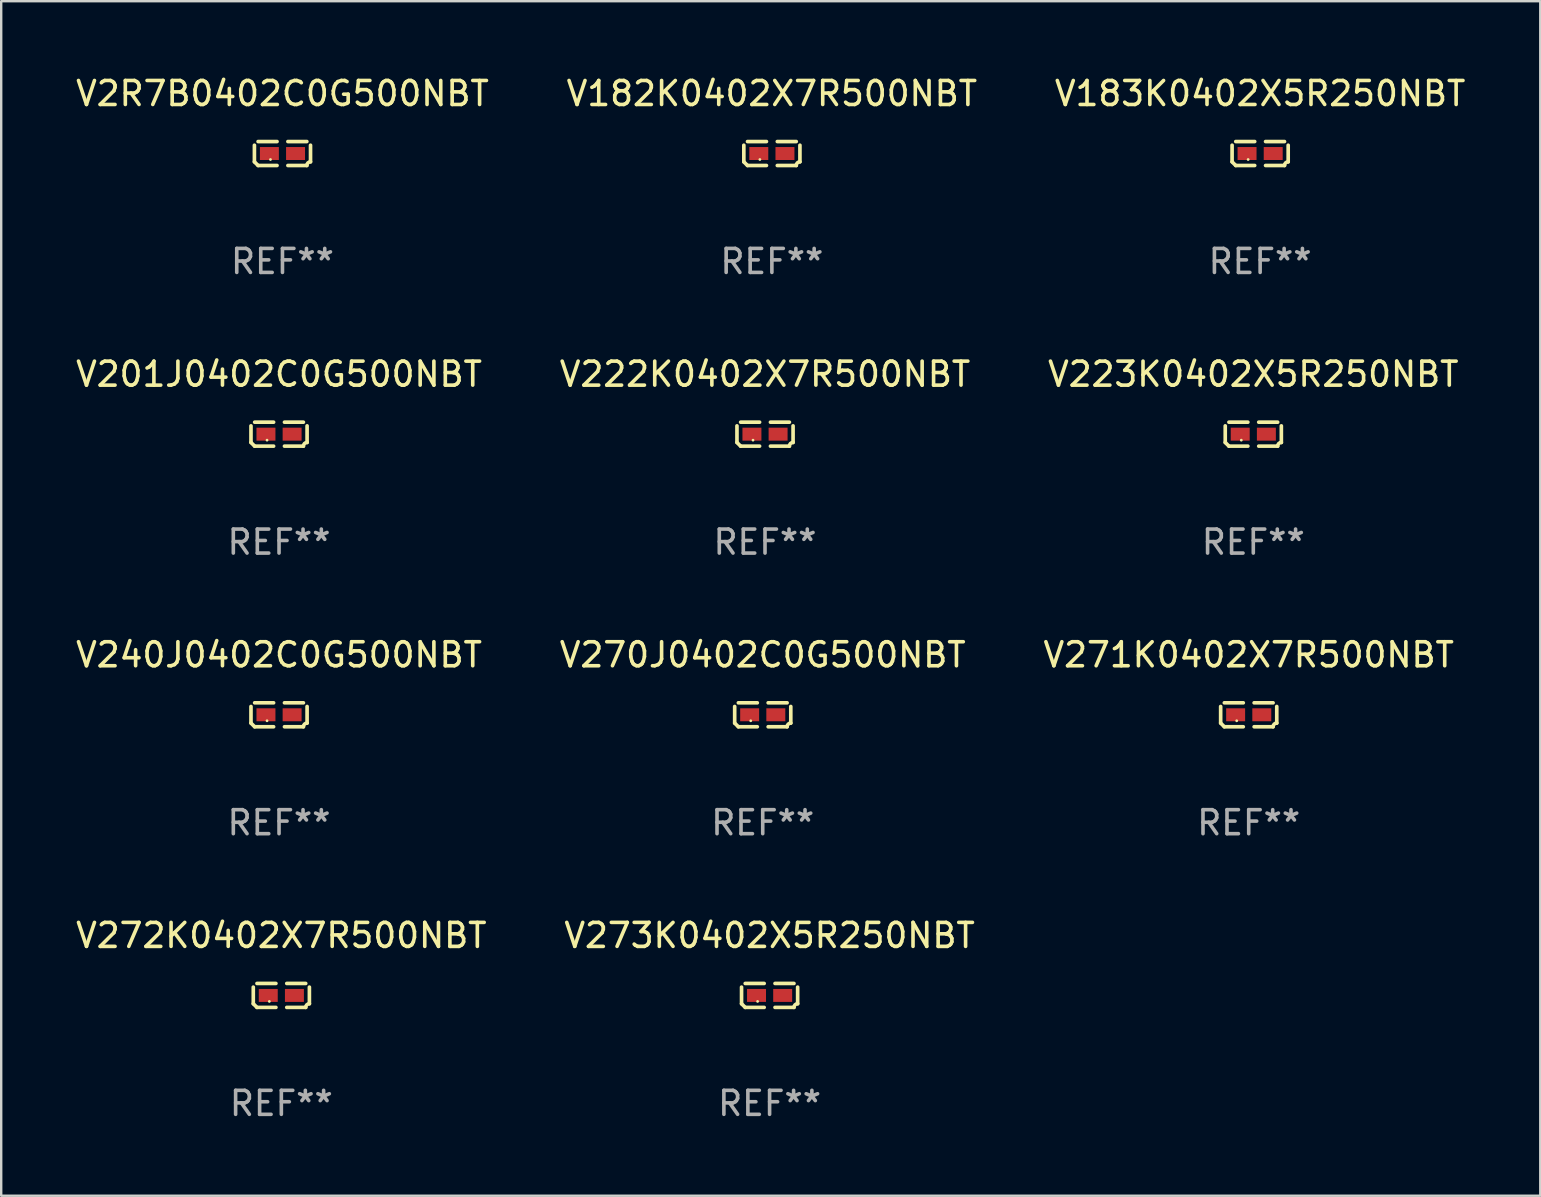
<source format=kicad_pcb>
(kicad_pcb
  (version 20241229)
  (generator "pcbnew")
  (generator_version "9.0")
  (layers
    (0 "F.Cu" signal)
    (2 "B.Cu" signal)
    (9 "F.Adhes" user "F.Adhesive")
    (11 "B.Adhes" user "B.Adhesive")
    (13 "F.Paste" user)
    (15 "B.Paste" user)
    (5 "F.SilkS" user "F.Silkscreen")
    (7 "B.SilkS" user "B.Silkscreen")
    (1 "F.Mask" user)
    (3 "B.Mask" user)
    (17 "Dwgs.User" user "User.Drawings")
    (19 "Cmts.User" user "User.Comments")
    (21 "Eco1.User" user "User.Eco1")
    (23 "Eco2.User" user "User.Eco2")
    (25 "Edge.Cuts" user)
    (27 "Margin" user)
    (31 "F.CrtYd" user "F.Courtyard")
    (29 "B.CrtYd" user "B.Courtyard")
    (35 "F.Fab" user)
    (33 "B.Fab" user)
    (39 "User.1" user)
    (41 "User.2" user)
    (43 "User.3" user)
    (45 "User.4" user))
  (footprint "V2R7B0402C0G500NBT"
    (layer "F.Cu")
    (at 8.72 3.347)
    (property "Reference" "V2R7B0402C0G500NBT" (at 0 -2.499 0) (layer "F.SilkS") (effects (font (size 1 1) (thickness 0.15))))
    (attr through_hole)
    (fp_line (start -1.169 0.346) (end -1.169 -0.346) (stroke (width 0.152) (type solid)) (layer "F.SilkS"))
    (fp_line (start -1.016 -0.499) (end -0.226 -0.499) (stroke (width 0.152) (type solid)) (layer "F.SilkS"))
    (fp_line (start -0.226 0.499) (end -1.016 0.499) (stroke (width 0.152) (type solid)) (layer "F.SilkS"))
    (fp_line (start 0.226 0.499) (end 1.016 0.499) (stroke (width 0.152) (type solid)) (layer "F.SilkS"))
    (fp_line (start 1.016 -0.499) (end 0.226 -0.499) (stroke (width 0.152) (type solid)) (layer "F.SilkS"))
    (fp_line (start 1.169 0.346) (end 1.169 -0.346) (stroke (width 0.152) (type solid)) (layer "F.SilkS"))
    (fp_arc (start -1.016307 0.498603) (mid -1.092512 0.422405) (end -1.16871 0.3462) (stroke (width 0.1524) (type solid)) (layer "F.SilkS"))
    (fp_arc (start 1.016307 0.498603) (mid 1.060899 0.390758) (end 1.168707 0.346076) (stroke (width 0.1524) (type solid)) (layer "F.SilkS"))
    (fp_circle (center -0.5 0.25) (end -0.47 0.25) (stroke (width 0.06) (type solid)) (fill no) (layer "F.SilkS"))
    (fp_text user "REF**" (at 0 4.499 0) (layer "F.Fab") (effects (font (size 1 1) (thickness 0.15))))
    (pad "1" smd rect (at -0.545 0) (size 0.79 0.54) (layers "F.Cu" "F.Mask" "F.Paste"))
    (pad "2" smd rect (at 0.545 0) (size 0.79 0.54) (layers "F.Cu" "F.Mask" "F.Paste")))
  (footprint "V271K0402X7R500NBT"
    (layer "F.Cu")
    (at 48.982 26.734)
    (property "Reference" "V271K0402X7R500NBT" (at 0 -2.499 0) (layer "F.SilkS") (effects (font (size 1 1) (thickness 0.15))))
    (attr through_hole)
    (fp_line (start -1.169 0.346) (end -1.169 -0.346) (stroke (width 0.152) (type solid)) (layer "F.SilkS"))
    (fp_line (start -1.016 -0.499) (end -0.226 -0.499) (stroke (width 0.152) (type solid)) (layer "F.SilkS"))
    (fp_line (start -0.226 0.499) (end -1.016 0.499) (stroke (width 0.152) (type solid)) (layer "F.SilkS"))
    (fp_line (start 0.226 0.499) (end 1.016 0.499) (stroke (width 0.152) (type solid)) (layer "F.SilkS"))
    (fp_line (start 1.016 -0.499) (end 0.226 -0.499) (stroke (width 0.152) (type solid)) (layer "F.SilkS"))
    (fp_line (start 1.169 0.346) (end 1.169 -0.346) (stroke (width 0.152) (type solid)) (layer "F.SilkS"))
    (fp_arc (start -1.016307 0.498603) (mid -1.092512 0.422405) (end -1.16871 0.3462) (stroke (width 0.1524) (type solid)) (layer "F.SilkS"))
    (fp_arc (start 1.016307 0.498603) (mid 1.060899 0.390758) (end 1.168707 0.346076) (stroke (width 0.1524) (type solid)) (layer "F.SilkS"))
    (fp_circle (center -0.5 0.25) (end -0.47 0.25) (stroke (width 0.06) (type solid)) (fill no) (layer "F.SilkS"))
    (fp_text user "REF**" (at 0 4.499 0) (layer "F.Fab") (effects (font (size 1 1) (thickness 0.15))))
    (pad "1" smd rect (at -0.545 0) (size 0.79 0.54) (layers "F.Cu" "F.Mask" "F.Paste"))
    (pad "2" smd rect (at 0.545 0) (size 0.79 0.54) (layers "F.Cu" "F.Mask" "F.Paste")))
  (footprint "V182K0402X7R500NBT"
    (layer "F.Cu")
    (at 29.113 3.347)
    (property "Reference" "V182K0402X7R500NBT" (at 0 -2.499 0) (layer "F.SilkS") (effects (font (size 1 1) (thickness 0.15))))
    (attr through_hole)
    (fp_line (start -1.169 0.346) (end -1.169 -0.346) (stroke (width 0.152) (type solid)) (layer "F.SilkS"))
    (fp_line (start -1.016 -0.499) (end -0.226 -0.499) (stroke (width 0.152) (type solid)) (layer "F.SilkS"))
    (fp_line (start -0.226 0.499) (end -1.016 0.499) (stroke (width 0.152) (type solid)) (layer "F.SilkS"))
    (fp_line (start 0.226 0.499) (end 1.016 0.499) (stroke (width 0.152) (type solid)) (layer "F.SilkS"))
    (fp_line (start 1.016 -0.499) (end 0.226 -0.499) (stroke (width 0.152) (type solid)) (layer "F.SilkS"))
    (fp_line (start 1.169 0.346) (end 1.169 -0.346) (stroke (width 0.152) (type solid)) (layer "F.SilkS"))
    (fp_arc (start -1.016307 0.498603) (mid -1.092512 0.422405) (end -1.16871 0.3462) (stroke (width 0.1524) (type solid)) (layer "F.SilkS"))
    (fp_arc (start 1.016307 0.498603) (mid 1.060899 0.390758) (end 1.168707 0.346076) (stroke (width 0.1524) (type solid)) (layer "F.SilkS"))
    (fp_circle (center -0.5 0.25) (end -0.47 0.25) (stroke (width 0.06) (type solid)) (fill no) (layer "F.SilkS"))
    (fp_text user "REF**" (at 0 4.499 0) (layer "F.Fab") (effects (font (size 1 1) (thickness 0.15))))
    (pad "1" smd rect (at -0.545 0) (size 0.79 0.54) (layers "F.Cu" "F.Mask" "F.Paste"))
    (pad "2" smd rect (at 0.545 0) (size 0.79 0.54) (layers "F.Cu" "F.Mask" "F.Paste")))
  (footprint "V183K0402X5R250NBT"
    (layer "F.Cu")
    (at 49.458 3.347)
    (property "Reference" "V183K0402X5R250NBT" (at 0 -2.499 0) (layer "F.SilkS") (effects (font (size 1 1) (thickness 0.15))))
    (attr through_hole)
    (fp_line (start -1.169 0.346) (end -1.169 -0.346) (stroke (width 0.152) (type solid)) (layer "F.SilkS"))
    (fp_line (start -1.016 -0.499) (end -0.226 -0.499) (stroke (width 0.152) (type solid)) (layer "F.SilkS"))
    (fp_line (start -0.226 0.499) (end -1.016 0.499) (stroke (width 0.152) (type solid)) (layer "F.SilkS"))
    (fp_line (start 0.226 0.499) (end 1.016 0.499) (stroke (width 0.152) (type solid)) (layer "F.SilkS"))
    (fp_line (start 1.016 -0.499) (end 0.226 -0.499) (stroke (width 0.152) (type solid)) (layer "F.SilkS"))
    (fp_line (start 1.169 0.346) (end 1.169 -0.346) (stroke (width 0.152) (type solid)) (layer "F.SilkS"))
    (fp_arc (start -1.016307 0.498603) (mid -1.092512 0.422405) (end -1.16871 0.3462) (stroke (width 0.1524) (type solid)) (layer "F.SilkS"))
    (fp_arc (start 1.016307 0.498603) (mid 1.060899 0.390758) (end 1.168707 0.346076) (stroke (width 0.1524) (type solid)) (layer "F.SilkS"))
    (fp_circle (center -0.5 0.25) (end -0.47 0.25) (stroke (width 0.06) (type solid)) (fill no) (layer "F.SilkS"))
    (fp_text user "REF**" (at 0 4.499 0) (layer "F.Fab") (effects (font (size 1 1) (thickness 0.15))))
    (pad "1" smd rect (at -0.545 0) (size 0.79 0.54) (layers "F.Cu" "F.Mask" "F.Paste"))
    (pad "2" smd rect (at 0.545 0) (size 0.79 0.54) (layers "F.Cu" "F.Mask" "F.Paste")))
  (footprint "V273K0402X5R250NBT"
    (layer "F.Cu")
    (at 29.018 38.428)
    (property "Reference" "V273K0402X5R250NBT" (at 0 -2.499 0) (layer "F.SilkS") (effects (font (size 1 1) (thickness 0.15))))
    (attr through_hole)
    (fp_line (start -1.169 0.346) (end -1.169 -0.346) (stroke (width 0.152) (type solid)) (layer "F.SilkS"))
    (fp_line (start -1.016 -0.499) (end -0.226 -0.499) (stroke (width 0.152) (type solid)) (layer "F.SilkS"))
    (fp_line (start -0.226 0.499) (end -1.016 0.499) (stroke (width 0.152) (type solid)) (layer "F.SilkS"))
    (fp_line (start 0.226 0.499) (end 1.016 0.499) (stroke (width 0.152) (type solid)) (layer "F.SilkS"))
    (fp_line (start 1.016 -0.499) (end 0.226 -0.499) (stroke (width 0.152) (type solid)) (layer "F.SilkS"))
    (fp_line (start 1.169 0.346) (end 1.169 -0.346) (stroke (width 0.152) (type solid)) (layer "F.SilkS"))
    (fp_arc (start -1.016307 0.498603) (mid -1.092512 0.422405) (end -1.16871 0.3462) (stroke (width 0.1524) (type solid)) (layer "F.SilkS"))
    (fp_arc (start 1.016307 0.498603) (mid 1.060899 0.390758) (end 1.168707 0.346076) (stroke (width 0.1524) (type solid)) (layer "F.SilkS"))
    (fp_circle (center -0.5 0.25) (end -0.47 0.25) (stroke (width 0.06) (type solid)) (fill no) (layer "F.SilkS"))
    (fp_text user "REF**" (at 0 4.499 0) (layer "F.Fab") (effects (font (size 1 1) (thickness 0.15))))
    (pad "1" smd rect (at -0.545 0) (size 0.79 0.54) (layers "F.Cu" "F.Mask" "F.Paste"))
    (pad "2" smd rect (at 0.545 0) (size 0.79 0.54) (layers "F.Cu" "F.Mask" "F.Paste")))
  (footprint "V222K0402X7R500NBT"
    (layer "F.Cu")
    (at 28.827 15.041)
    (property "Reference" "V222K0402X7R500NBT" (at 0 -2.499 0) (layer "F.SilkS") (effects (font (size 1 1) (thickness 0.15))))
    (attr through_hole)
    (fp_line (start -1.169 0.346) (end -1.169 -0.346) (stroke (width 0.152) (type solid)) (layer "F.SilkS"))
    (fp_line (start -1.016 -0.499) (end -0.226 -0.499) (stroke (width 0.152) (type solid)) (layer "F.SilkS"))
    (fp_line (start -0.226 0.499) (end -1.016 0.499) (stroke (width 0.152) (type solid)) (layer "F.SilkS"))
    (fp_line (start 0.226 0.499) (end 1.016 0.499) (stroke (width 0.152) (type solid)) (layer "F.SilkS"))
    (fp_line (start 1.016 -0.499) (end 0.226 -0.499) (stroke (width 0.152) (type solid)) (layer "F.SilkS"))
    (fp_line (start 1.169 0.346) (end 1.169 -0.346) (stroke (width 0.152) (type solid)) (layer "F.SilkS"))
    (fp_arc (start -1.016307 0.498603) (mid -1.092512 0.422405) (end -1.16871 0.3462) (stroke (width 0.1524) (type solid)) (layer "F.SilkS"))
    (fp_arc (start 1.016307 0.498603) (mid 1.060899 0.390758) (end 1.168707 0.346076) (stroke (width 0.1524) (type solid)) (layer "F.SilkS"))
    (fp_circle (center -0.5 0.25) (end -0.47 0.25) (stroke (width 0.06) (type solid)) (fill no) (layer "F.SilkS"))
    (fp_text user "REF**" (at 0 4.499 0) (layer "F.Fab") (effects (font (size 1 1) (thickness 0.15))))
    (pad "1" smd rect (at -0.545 0) (size 0.79 0.54) (layers "F.Cu" "F.Mask" "F.Paste"))
    (pad "2" smd rect (at 0.545 0) (size 0.79 0.54) (layers "F.Cu" "F.Mask" "F.Paste")))
  (footprint "V240J0402C0G500NBT"
    (layer "F.Cu")
    (at 8.577 26.734)
    (property "Reference" "V240J0402C0G500NBT" (at 0 -2.499 0) (layer "F.SilkS") (effects (font (size 1 1) (thickness 0.15))))
    (attr through_hole)
    (fp_line (start -1.169 0.346) (end -1.169 -0.346) (stroke (width 0.152) (type solid)) (layer "F.SilkS"))
    (fp_line (start -1.016 -0.499) (end -0.226 -0.499) (stroke (width 0.152) (type solid)) (layer "F.SilkS"))
    (fp_line (start -0.226 0.499) (end -1.016 0.499) (stroke (width 0.152) (type solid)) (layer "F.SilkS"))
    (fp_line (start 0.226 0.499) (end 1.016 0.499) (stroke (width 0.152) (type solid)) (layer "F.SilkS"))
    (fp_line (start 1.016 -0.499) (end 0.226 -0.499) (stroke (width 0.152) (type solid)) (layer "F.SilkS"))
    (fp_line (start 1.169 0.346) (end 1.169 -0.346) (stroke (width 0.152) (type solid)) (layer "F.SilkS"))
    (fp_arc (start -1.016307 0.498603) (mid -1.092512 0.422405) (end -1.16871 0.3462) (stroke (width 0.1524) (type solid)) (layer "F.SilkS"))
    (fp_arc (start 1.016307 0.498603) (mid 1.060899 0.390758) (end 1.168707 0.346076) (stroke (width 0.1524) (type solid)) (layer "F.SilkS"))
    (fp_circle (center -0.5 0.25) (end -0.47 0.25) (stroke (width 0.06) (type solid)) (fill no) (layer "F.SilkS"))
    (fp_text user "REF**" (at 0 4.499 0) (layer "F.Fab") (effects (font (size 1 1) (thickness 0.15))))
    (pad "1" smd rect (at -0.545 0) (size 0.79 0.54) (layers "F.Cu" "F.Mask" "F.Paste"))
    (pad "2" smd rect (at 0.545 0) (size 0.79 0.54) (layers "F.Cu" "F.Mask" "F.Paste")))
  (footprint "V272K0402X7R500NBT"
    (layer "F.Cu")
    (at 8.673 38.428)
    (property "Reference" "V272K0402X7R500NBT" (at 0 -2.499 0) (layer "F.SilkS") (effects (font (size 1 1) (thickness 0.15))))
    (attr through_hole)
    (fp_line (start -1.169 0.346) (end -1.169 -0.346) (stroke (width 0.152) (type solid)) (layer "F.SilkS"))
    (fp_line (start -1.016 -0.499) (end -0.226 -0.499) (stroke (width 0.152) (type solid)) (layer "F.SilkS"))
    (fp_line (start -0.226 0.499) (end -1.016 0.499) (stroke (width 0.152) (type solid)) (layer "F.SilkS"))
    (fp_line (start 0.226 0.499) (end 1.016 0.499) (stroke (width 0.152) (type solid)) (layer "F.SilkS"))
    (fp_line (start 1.016 -0.499) (end 0.226 -0.499) (stroke (width 0.152) (type solid)) (layer "F.SilkS"))
    (fp_line (start 1.169 0.346) (end 1.169 -0.346) (stroke (width 0.152) (type solid)) (layer "F.SilkS"))
    (fp_arc (start -1.016307 0.498603) (mid -1.092512 0.422405) (end -1.16871 0.3462) (stroke (width 0.1524) (type solid)) (layer "F.SilkS"))
    (fp_arc (start 1.016307 0.498603) (mid 1.060899 0.390758) (end 1.168707 0.346076) (stroke (width 0.1524) (type solid)) (layer "F.SilkS"))
    (fp_circle (center -0.5 0.25) (end -0.47 0.25) (stroke (width 0.06) (type solid)) (fill no) (layer "F.SilkS"))
    (fp_text user "REF**" (at 0 4.499 0) (layer "F.Fab") (effects (font (size 1 1) (thickness 0.15))))
    (pad "1" smd rect (at -0.545 0) (size 0.79 0.54) (layers "F.Cu" "F.Mask" "F.Paste"))
    (pad "2" smd rect (at 0.545 0) (size 0.79 0.54) (layers "F.Cu" "F.Mask" "F.Paste")))
  (footprint "V201J0402C0G500NBT"
    (layer "F.Cu")
    (at 8.577 15.041)
    (property "Reference" "V201J0402C0G500NBT" (at 0 -2.499 0) (layer "F.SilkS") (effects (font (size 1 1) (thickness 0.15))))
    (attr through_hole)
    (fp_line (start -1.169 0.346) (end -1.169 -0.346) (stroke (width 0.152) (type solid)) (layer "F.SilkS"))
    (fp_line (start -1.016 -0.499) (end -0.226 -0.499) (stroke (width 0.152) (type solid)) (layer "F.SilkS"))
    (fp_line (start -0.226 0.499) (end -1.016 0.499) (stroke (width 0.152) (type solid)) (layer "F.SilkS"))
    (fp_line (start 0.226 0.499) (end 1.016 0.499) (stroke (width 0.152) (type solid)) (layer "F.SilkS"))
    (fp_line (start 1.016 -0.499) (end 0.226 -0.499) (stroke (width 0.152) (type solid)) (layer "F.SilkS"))
    (fp_line (start 1.169 0.346) (end 1.169 -0.346) (stroke (width 0.152) (type solid)) (layer "F.SilkS"))
    (fp_arc (start -1.016307 0.498603) (mid -1.092512 0.422405) (end -1.16871 0.3462) (stroke (width 0.1524) (type solid)) (layer "F.SilkS"))
    (fp_arc (start 1.016307 0.498603) (mid 1.060899 0.390758) (end 1.168707 0.346076) (stroke (width 0.1524) (type solid)) (layer "F.SilkS"))
    (fp_circle (center -0.5 0.25) (end -0.47 0.25) (stroke (width 0.06) (type solid)) (fill no) (layer "F.SilkS"))
    (fp_text user "REF**" (at 0 4.499 0) (layer "F.Fab") (effects (font (size 1 1) (thickness 0.15))))
    (pad "1" smd rect (at -0.545 0) (size 0.79 0.54) (layers "F.Cu" "F.Mask" "F.Paste"))
    (pad "2" smd rect (at 0.545 0) (size 0.79 0.54) (layers "F.Cu" "F.Mask" "F.Paste")))
  (footprint "V270J0402C0G500NBT"
    (layer "F.Cu")
    (at 28.732 26.734)
    (property "Reference" "V270J0402C0G500NBT" (at 0 -2.499 0) (layer "F.SilkS") (effects (font (size 1 1) (thickness 0.15))))
    (attr through_hole)
    (fp_line (start -1.169 0.346) (end -1.169 -0.346) (stroke (width 0.152) (type solid)) (layer "F.SilkS"))
    (fp_line (start -1.016 -0.499) (end -0.226 -0.499) (stroke (width 0.152) (type solid)) (layer "F.SilkS"))
    (fp_line (start -0.226 0.499) (end -1.016 0.499) (stroke (width 0.152) (type solid)) (layer "F.SilkS"))
    (fp_line (start 0.226 0.499) (end 1.016 0.499) (stroke (width 0.152) (type solid)) (layer "F.SilkS"))
    (fp_line (start 1.016 -0.499) (end 0.226 -0.499) (stroke (width 0.152) (type solid)) (layer "F.SilkS"))
    (fp_line (start 1.169 0.346) (end 1.169 -0.346) (stroke (width 0.152) (type solid)) (layer "F.SilkS"))
    (fp_arc (start -1.016307 0.498603) (mid -1.092512 0.422405) (end -1.16871 0.3462) (stroke (width 0.1524) (type solid)) (layer "F.SilkS"))
    (fp_arc (start 1.016307 0.498603) (mid 1.060899 0.390758) (end 1.168707 0.346076) (stroke (width 0.1524) (type solid)) (layer "F.SilkS"))
    (fp_circle (center -0.5 0.25) (end -0.47 0.25) (stroke (width 0.06) (type solid)) (fill no) (layer "F.SilkS"))
    (fp_text user "REF**" (at 0 4.499 0) (layer "F.Fab") (effects (font (size 1 1) (thickness 0.15))))
    (pad "1" smd rect (at -0.545 0) (size 0.79 0.54) (layers "F.Cu" "F.Mask" "F.Paste"))
    (pad "2" smd rect (at 0.545 0) (size 0.79 0.54) (layers "F.Cu" "F.Mask" "F.Paste")))
  (footprint "V223K0402X5R250NBT"
    (layer "F.Cu")
    (at 49.173 15.041)
    (property "Reference" "V223K0402X5R250NBT" (at 0 -2.499 0) (layer "F.SilkS") (effects (font (size 1 1) (thickness 0.15))))
    (attr through_hole)
    (fp_line (start -1.169 0.346) (end -1.169 -0.346) (stroke (width 0.152) (type solid)) (layer "F.SilkS"))
    (fp_line (start -1.016 -0.499) (end -0.226 -0.499) (stroke (width 0.152) (type solid)) (layer "F.SilkS"))
    (fp_line (start -0.226 0.499) (end -1.016 0.499) (stroke (width 0.152) (type solid)) (layer "F.SilkS"))
    (fp_line (start 0.226 0.499) (end 1.016 0.499) (stroke (width 0.152) (type solid)) (layer "F.SilkS"))
    (fp_line (start 1.016 -0.499) (end 0.226 -0.499) (stroke (width 0.152) (type solid)) (layer "F.SilkS"))
    (fp_line (start 1.169 0.346) (end 1.169 -0.346) (stroke (width 0.152) (type solid)) (layer "F.SilkS"))
    (fp_arc (start -1.016307 0.498603) (mid -1.092512 0.422405) (end -1.16871 0.3462) (stroke (width 0.1524) (type solid)) (layer "F.SilkS"))
    (fp_arc (start 1.016307 0.498603) (mid 1.060899 0.390758) (end 1.168707 0.346076) (stroke (width 0.1524) (type solid)) (layer "F.SilkS"))
    (fp_circle (center -0.5 0.25) (end -0.47 0.25) (stroke (width 0.06) (type solid)) (fill no) (layer "F.SilkS"))
    (fp_text user "REF**" (at 0 4.499 0) (layer "F.Fab") (effects (font (size 1 1) (thickness 0.15))))
    (pad "1" smd rect (at -0.545 0) (size 0.79 0.54) (layers "F.Cu" "F.Mask" "F.Paste"))
    (pad "2" smd rect (at 0.545 0) (size 0.79 0.54) (layers "F.Cu" "F.Mask" "F.Paste")))
  (gr_rect
    (start -3 -3)
    (end 61.131 46.775)
    (stroke (width 0.1) (type default))
    (fill no)
    (layer "Edge.Cuts")))
</source>
